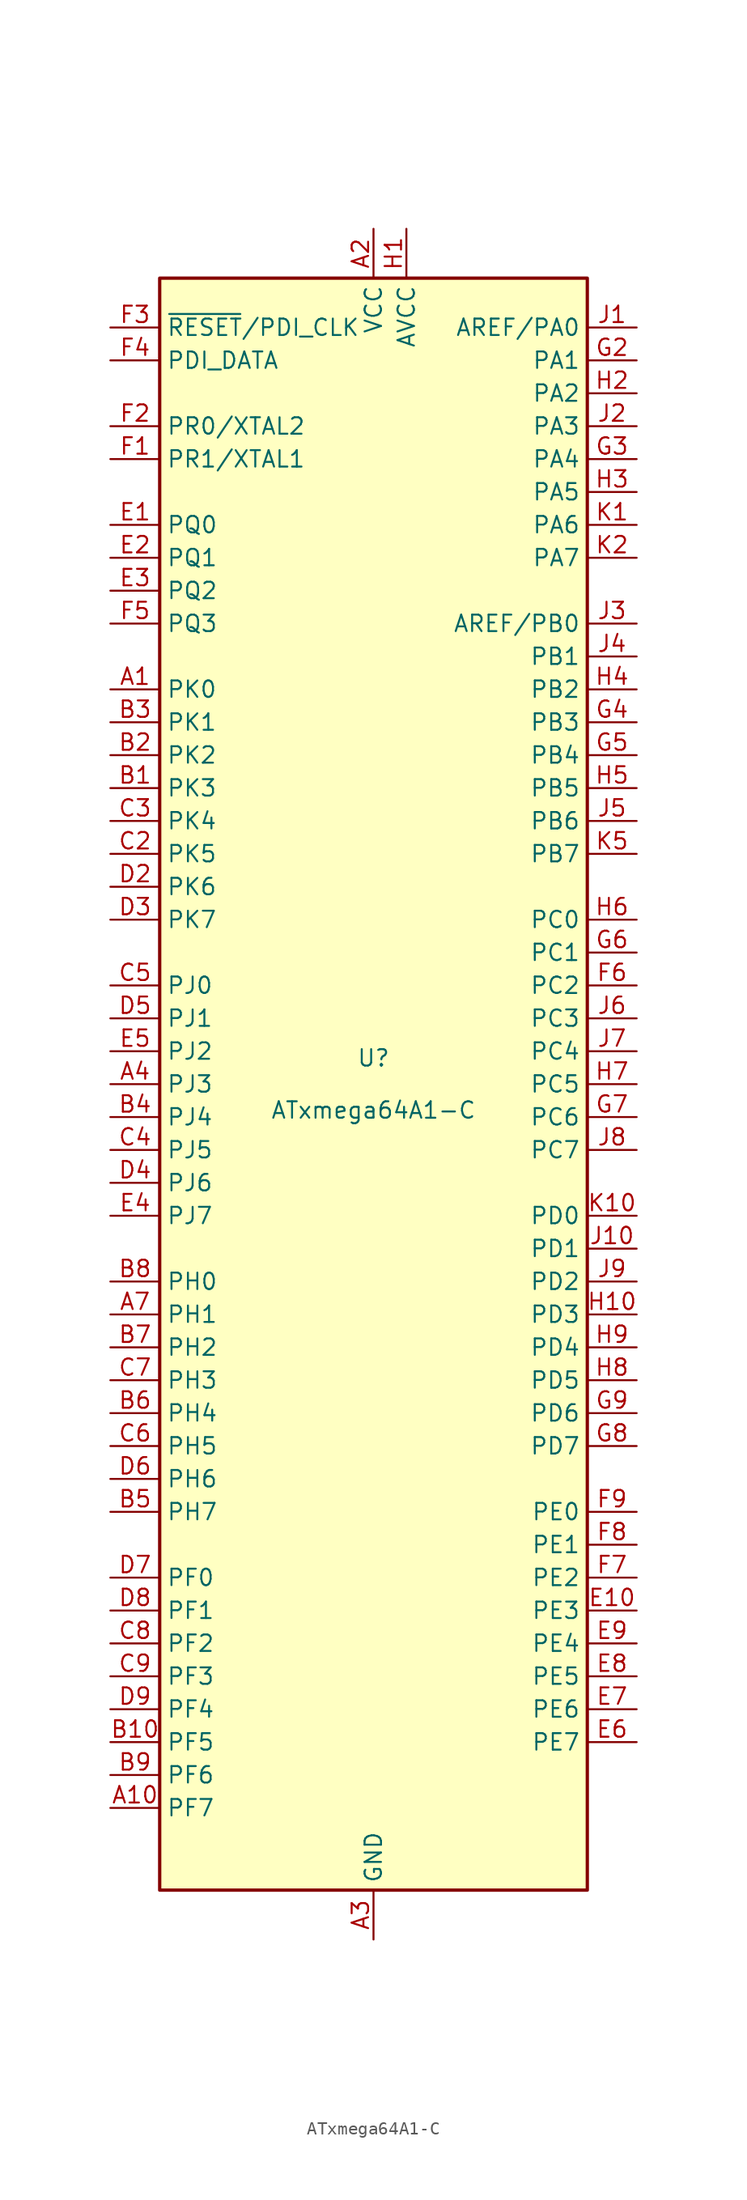
<source format=kicad_sym>
(kicad_symbol_lib
  (version 20231120)
  (generator "kicad_symbol_editor")
  (generator_version "8.0")
  (symbol "ATxmega64A1-C"
    (property "Reference" "U"
      (at 0 1.27 0)
      (effects (font (size 1.27 1.27)) (justify bottom)))
    (property "Value" "ATxmega64A1-C"
      (at 0 -1.27 0)
      (effects (font (size 1.27 1.27)) (justify top)))
    (symbol "ATxmega64A1-C_0_1"
      (rectangle (start -16.51 -62.23) (end 16.51 62.23) (stroke (width 0.254) (type default)) (fill (type background))))
    (symbol "ATxmega64A1-C_1_1"
      (pin bidirectional line (at -20.32 30.48 0) (length 3.81) (name "PK0" (effects (font (size 1.27 1.27)))) (number "A1" (effects (font (size 1.27 1.27)))))
      (pin bidirectional line (at -20.32 -55.88 0) (length 3.81) (name "PF7" (effects (font (size 1.27 1.27)))) (number "A10" (effects (font (size 1.27 1.27)))))
      (pin power_in line (at 0 66.04 270) (length 3.81) (name "VCC" (effects (font (size 1.27 1.27)))) (number "A2" (effects (font (size 1.27 1.27)))))
      (pin power_in line (at 0 -66.04 90) (length 3.81) (name "GND" (effects (font (size 1.27 1.27)))) (number "A3" (effects (font (size 1.27 1.27)))))
      (pin bidirectional line (at -20.32 0 0) (length 3.81) (name "PJ3" (effects (font (size 1.27 1.27)))) (number "A4" (effects (font (size 1.27 1.27)))))
      (pin passive line (at 0 66.04 270) (length 3.81) hide (name "VCC" (effects (font (size 1.27 1.27)))) (number "A5" (effects (font (size 1.27 1.27)))))
      (pin passive line (at 0 -66.04 90) (length 3.81) hide (name "GND" (effects (font (size 1.27 1.27)))) (number "A6" (effects (font (size 1.27 1.27)))))
      (pin bidirectional line (at -20.32 -17.78 0) (length 3.81) (name "PH1" (effects (font (size 1.27 1.27)))) (number "A7" (effects (font (size 1.27 1.27)))))
      (pin passive line (at 0 -66.04 90) (length 3.81) hide (name "GND" (effects (font (size 1.27 1.27)))) (number "A8" (effects (font (size 1.27 1.27)))))
      (pin passive line (at 0 66.04 270) (length 3.81) hide (name "VCC" (effects (font (size 1.27 1.27)))) (number "A9" (effects (font (size 1.27 1.27)))))
      (pin bidirectional line (at -20.32 22.86 0) (length 3.81) (name "PK3" (effects (font (size 1.27 1.27)))) (number "B1" (effects (font (size 1.27 1.27)))))
      (pin bidirectional line (at -20.32 -50.8 0) (length 3.81) (name "PF5" (effects (font (size 1.27 1.27)))) (number "B10" (effects (font (size 1.27 1.27)))))
      (pin bidirectional line (at -20.32 25.4 0) (length 3.81) (name "PK2" (effects (font (size 1.27 1.27)))) (number "B2" (effects (font (size 1.27 1.27)))))
      (pin bidirectional line (at -20.32 27.94 0) (length 3.81) (name "PK1" (effects (font (size 1.27 1.27)))) (number "B3" (effects (font (size 1.27 1.27)))))
      (pin bidirectional line (at -20.32 -2.54 0) (length 3.81) (name "PJ4" (effects (font (size 1.27 1.27)))) (number "B4" (effects (font (size 1.27 1.27)))))
      (pin bidirectional line (at -20.32 -33.02 0) (length 3.81) (name "PH7" (effects (font (size 1.27 1.27)))) (number "B5" (effects (font (size 1.27 1.27)))))
      (pin bidirectional line (at -20.32 -25.4 0) (length 3.81) (name "PH4" (effects (font (size 1.27 1.27)))) (number "B6" (effects (font (size 1.27 1.27)))))
      (pin bidirectional line (at -20.32 -20.32 0) (length 3.81) (name "PH2" (effects (font (size 1.27 1.27)))) (number "B7" (effects (font (size 1.27 1.27)))))
      (pin bidirectional line (at -20.32 -15.24 0) (length 3.81) (name "PH0" (effects (font (size 1.27 1.27)))) (number "B8" (effects (font (size 1.27 1.27)))))
      (pin bidirectional line (at -20.32 -53.34 0) (length 3.81) (name "PF6" (effects (font (size 1.27 1.27)))) (number "B9" (effects (font (size 1.27 1.27)))))
      (pin passive line (at 0 66.04 270) (length 3.81) hide (name "VCC" (effects (font (size 1.27 1.27)))) (number "C1" (effects (font (size 1.27 1.27)))))
      (pin passive line (at 0 66.04 270) (length 3.81) hide (name "VCC" (effects (font (size 1.27 1.27)))) (number "C10" (effects (font (size 1.27 1.27)))))
      (pin bidirectional line (at -20.32 17.78 0) (length 3.81) (name "PK5" (effects (font (size 1.27 1.27)))) (number "C2" (effects (font (size 1.27 1.27)))))
      (pin bidirectional line (at -20.32 20.32 0) (length 3.81) (name "PK4" (effects (font (size 1.27 1.27)))) (number "C3" (effects (font (size 1.27 1.27)))))
      (pin bidirectional line (at -20.32 -5.08 0) (length 3.81) (name "PJ5" (effects (font (size 1.27 1.27)))) (number "C4" (effects (font (size 1.27 1.27)))))
      (pin bidirectional line (at -20.32 7.62 0) (length 3.81) (name "PJ0" (effects (font (size 1.27 1.27)))) (number "C5" (effects (font (size 1.27 1.27)))))
      (pin bidirectional line (at -20.32 -27.94 0) (length 3.81) (name "PH5" (effects (font (size 1.27 1.27)))) (number "C6" (effects (font (size 1.27 1.27)))))
      (pin bidirectional line (at -20.32 -22.86 0) (length 3.81) (name "PH3" (effects (font (size 1.27 1.27)))) (number "C7" (effects (font (size 1.27 1.27)))))
      (pin bidirectional line (at -20.32 -43.18 0) (length 3.81) (name "PF2" (effects (font (size 1.27 1.27)))) (number "C8" (effects (font (size 1.27 1.27)))))
      (pin bidirectional line (at -20.32 -45.72 0) (length 3.81) (name "PF3" (effects (font (size 1.27 1.27)))) (number "C9" (effects (font (size 1.27 1.27)))))
      (pin passive line (at 0 -66.04 90) (length 3.81) hide (name "GND" (effects (font (size 1.27 1.27)))) (number "D1" (effects (font (size 1.27 1.27)))))
      (pin passive line (at 0 -66.04 90) (length 3.81) hide (name "GND" (effects (font (size 1.27 1.27)))) (number "D10" (effects (font (size 1.27 1.27)))))
      (pin bidirectional line (at -20.32 15.24 0) (length 3.81) (name "PK6" (effects (font (size 1.27 1.27)))) (number "D2" (effects (font (size 1.27 1.27)))))
      (pin bidirectional line (at -20.32 12.7 0) (length 3.81) (name "PK7" (effects (font (size 1.27 1.27)))) (number "D3" (effects (font (size 1.27 1.27)))))
      (pin bidirectional line (at -20.32 -7.62 0) (length 3.81) (name "PJ6" (effects (font (size 1.27 1.27)))) (number "D4" (effects (font (size 1.27 1.27)))))
      (pin bidirectional line (at -20.32 5.08 0) (length 3.81) (name "PJ1" (effects (font (size 1.27 1.27)))) (number "D5" (effects (font (size 1.27 1.27)))))
      (pin bidirectional line (at -20.32 -30.48 0) (length 3.81) (name "PH6" (effects (font (size 1.27 1.27)))) (number "D6" (effects (font (size 1.27 1.27)))))
      (pin bidirectional line (at -20.32 -38.1 0) (length 3.81) (name "PF0" (effects (font (size 1.27 1.27)))) (number "D7" (effects (font (size 1.27 1.27)))))
      (pin bidirectional line (at -20.32 -40.64 0) (length 3.81) (name "PF1" (effects (font (size 1.27 1.27)))) (number "D8" (effects (font (size 1.27 1.27)))))
      (pin bidirectional line (at -20.32 -48.26 0) (length 3.81) (name "PF4" (effects (font (size 1.27 1.27)))) (number "D9" (effects (font (size 1.27 1.27)))))
      (pin bidirectional line (at -20.32 43.18 0) (length 3.81) (name "PQ0" (effects (font (size 1.27 1.27)))) (number "E1" (effects (font (size 1.27 1.27)))))
      (pin bidirectional line (at 20.32 -40.64 180) (length 3.81) (name "PE3" (effects (font (size 1.27 1.27)))) (number "E10" (effects (font (size 1.27 1.27)))))
      (pin bidirectional line (at -20.32 40.64 0) (length 3.81) (name "PQ1" (effects (font (size 1.27 1.27)))) (number "E2" (effects (font (size 1.27 1.27)))))
      (pin bidirectional line (at -20.32 38.1 0) (length 3.81) (name "PQ2" (effects (font (size 1.27 1.27)))) (number "E3" (effects (font (size 1.27 1.27)))))
      (pin bidirectional line (at -20.32 -10.16 0) (length 3.81) (name "PJ7" (effects (font (size 1.27 1.27)))) (number "E4" (effects (font (size 1.27 1.27)))))
      (pin bidirectional line (at -20.32 2.54 0) (length 3.81) (name "PJ2" (effects (font (size 1.27 1.27)))) (number "E5" (effects (font (size 1.27 1.27)))))
      (pin bidirectional line (at 20.32 -50.8 180) (length 3.81) (name "PE7" (effects (font (size 1.27 1.27)))) (number "E6" (effects (font (size 1.27 1.27)))))
      (pin bidirectional line (at 20.32 -48.26 180) (length 3.81) (name "PE6" (effects (font (size 1.27 1.27)))) (number "E7" (effects (font (size 1.27 1.27)))))
      (pin bidirectional line (at 20.32 -45.72 180) (length 3.81) (name "PE5" (effects (font (size 1.27 1.27)))) (number "E8" (effects (font (size 1.27 1.27)))))
      (pin bidirectional line (at 20.32 -43.18 180) (length 3.81) (name "PE4" (effects (font (size 1.27 1.27)))) (number "E9" (effects (font (size 1.27 1.27)))))
      (pin bidirectional line (at -20.32 48.26 0) (length 3.81) (name "PR1/XTAL1" (effects (font (size 1.27 1.27)))) (number "F1" (effects (font (size 1.27 1.27)))))
      (pin passive line (at 0 66.04 270) (length 3.81) hide (name "VCC" (effects (font (size 1.27 1.27)))) (number "F10" (effects (font (size 1.27 1.27)))))
      (pin bidirectional line (at -20.32 50.8 0) (length 3.81) (name "PR0/XTAL2" (effects (font (size 1.27 1.27)))) (number "F2" (effects (font (size 1.27 1.27)))))
      (pin input line (at -20.32 58.42 0) (length 3.81) (name "~{RESET}/PDI_CLK" (effects (font (size 1.27 1.27)))) (number "F3" (effects (font (size 1.27 1.27)))))
      (pin bidirectional line (at -20.32 55.88 0) (length 3.81) (name "PDI_DATA" (effects (font (size 1.27 1.27)))) (number "F4" (effects (font (size 1.27 1.27)))))
      (pin bidirectional line (at -20.32 35.56 0) (length 3.81) (name "PQ3" (effects (font (size 1.27 1.27)))) (number "F5" (effects (font (size 1.27 1.27)))))
      (pin bidirectional line (at 20.32 7.62 180) (length 3.81) (name "PC2" (effects (font (size 1.27 1.27)))) (number "F6" (effects (font (size 1.27 1.27)))))
      (pin bidirectional line (at 20.32 -38.1 180) (length 3.81) (name "PE2" (effects (font (size 1.27 1.27)))) (number "F7" (effects (font (size 1.27 1.27)))))
      (pin bidirectional line (at 20.32 -35.56 180) (length 3.81) (name "PE1" (effects (font (size 1.27 1.27)))) (number "F8" (effects (font (size 1.27 1.27)))))
      (pin bidirectional line (at 20.32 -33.02 180) (length 3.81) (name "PE0" (effects (font (size 1.27 1.27)))) (number "F9" (effects (font (size 1.27 1.27)))))
      (pin passive line (at 0 -66.04 90) (length 3.81) hide (name "GND" (effects (font (size 1.27 1.27)))) (number "G1" (effects (font (size 1.27 1.27)))))
      (pin passive line (at 0 -66.04 90) (length 3.81) hide (name "GND" (effects (font (size 1.27 1.27)))) (number "G10" (effects (font (size 1.27 1.27)))))
      (pin bidirectional line (at 20.32 55.88 180) (length 3.81) (name "PA1" (effects (font (size 1.27 1.27)))) (number "G2" (effects (font (size 1.27 1.27)))))
      (pin bidirectional line (at 20.32 48.26 180) (length 3.81) (name "PA4" (effects (font (size 1.27 1.27)))) (number "G3" (effects (font (size 1.27 1.27)))))
      (pin bidirectional line (at 20.32 27.94 180) (length 3.81) (name "PB3" (effects (font (size 1.27 1.27)))) (number "G4" (effects (font (size 1.27 1.27)))))
      (pin bidirectional line (at 20.32 25.4 180) (length 3.81) (name "PB4" (effects (font (size 1.27 1.27)))) (number "G5" (effects (font (size 1.27 1.27)))))
      (pin bidirectional line (at 20.32 10.16 180) (length 3.81) (name "PC1" (effects (font (size 1.27 1.27)))) (number "G6" (effects (font (size 1.27 1.27)))))
      (pin bidirectional line (at 20.32 -2.54 180) (length 3.81) (name "PC6" (effects (font (size 1.27 1.27)))) (number "G7" (effects (font (size 1.27 1.27)))))
      (pin bidirectional line (at 20.32 -27.94 180) (length 3.81) (name "PD7" (effects (font (size 1.27 1.27)))) (number "G8" (effects (font (size 1.27 1.27)))))
      (pin bidirectional line (at 20.32 -25.4 180) (length 3.81) (name "PD6" (effects (font (size 1.27 1.27)))) (number "G9" (effects (font (size 1.27 1.27)))))
      (pin power_in line (at 2.54 66.04 270) (length 3.81) (name "AVCC" (effects (font (size 1.27 1.27)))) (number "H1" (effects (font (size 1.27 1.27)))))
      (pin bidirectional line (at 20.32 -17.78 180) (length 3.81) (name "PD3" (effects (font (size 1.27 1.27)))) (number "H10" (effects (font (size 1.27 1.27)))))
      (pin bidirectional line (at 20.32 53.34 180) (length 3.81) (name "PA2" (effects (font (size 1.27 1.27)))) (number "H2" (effects (font (size 1.27 1.27)))))
      (pin bidirectional line (at 20.32 45.72 180) (length 3.81) (name "PA5" (effects (font (size 1.27 1.27)))) (number "H3" (effects (font (size 1.27 1.27)))))
      (pin bidirectional line (at 20.32 30.48 180) (length 3.81) (name "PB2" (effects (font (size 1.27 1.27)))) (number "H4" (effects (font (size 1.27 1.27)))))
      (pin bidirectional line (at 20.32 22.86 180) (length 3.81) (name "PB5" (effects (font (size 1.27 1.27)))) (number "H5" (effects (font (size 1.27 1.27)))))
      (pin bidirectional line (at 20.32 12.7 180) (length 3.81) (name "PC0" (effects (font (size 1.27 1.27)))) (number "H6" (effects (font (size 1.27 1.27)))))
      (pin bidirectional line (at 20.32 0 180) (length 3.81) (name "PC5" (effects (font (size 1.27 1.27)))) (number "H7" (effects (font (size 1.27 1.27)))))
      (pin bidirectional line (at 20.32 -22.86 180) (length 3.81) (name "PD5" (effects (font (size 1.27 1.27)))) (number "H8" (effects (font (size 1.27 1.27)))))
      (pin bidirectional line (at 20.32 -20.32 180) (length 3.81) (name "PD4" (effects (font (size 1.27 1.27)))) (number "H9" (effects (font (size 1.27 1.27)))))
      (pin bidirectional line (at 20.32 58.42 180) (length 3.81) (name "AREF/PA0" (effects (font (size 1.27 1.27)))) (number "J1" (effects (font (size 1.27 1.27)))))
      (pin bidirectional line (at 20.32 -12.7 180) (length 3.81) (name "PD1" (effects (font (size 1.27 1.27)))) (number "J10" (effects (font (size 1.27 1.27)))))
      (pin bidirectional line (at 20.32 50.8 180) (length 3.81) (name "PA3" (effects (font (size 1.27 1.27)))) (number "J2" (effects (font (size 1.27 1.27)))))
      (pin bidirectional line (at 20.32 35.56 180) (length 3.81) (name "AREF/PB0" (effects (font (size 1.27 1.27)))) (number "J3" (effects (font (size 1.27 1.27)))))
      (pin bidirectional line (at 20.32 33.02 180) (length 3.81) (name "PB1" (effects (font (size 1.27 1.27)))) (number "J4" (effects (font (size 1.27 1.27)))))
      (pin bidirectional line (at 20.32 20.32 180) (length 3.81) (name "PB6" (effects (font (size 1.27 1.27)))) (number "J5" (effects (font (size 1.27 1.27)))))
      (pin bidirectional line (at 20.32 5.08 180) (length 3.81) (name "PC3" (effects (font (size 1.27 1.27)))) (number "J6" (effects (font (size 1.27 1.27)))))
      (pin bidirectional line (at 20.32 2.54 180) (length 3.81) (name "PC4" (effects (font (size 1.27 1.27)))) (number "J7" (effects (font (size 1.27 1.27)))))
      (pin bidirectional line (at 20.32 -5.08 180) (length 3.81) (name "PC7" (effects (font (size 1.27 1.27)))) (number "J8" (effects (font (size 1.27 1.27)))))
      (pin bidirectional line (at 20.32 -15.24 180) (length 3.81) (name "PD2" (effects (font (size 1.27 1.27)))) (number "J9" (effects (font (size 1.27 1.27)))))
      (pin bidirectional line (at 20.32 43.18 180) (length 3.81) (name "PA6" (effects (font (size 1.27 1.27)))) (number "K1" (effects (font (size 1.27 1.27)))))
      (pin bidirectional line (at 20.32 -10.16 180) (length 3.81) (name "PD0" (effects (font (size 1.27 1.27)))) (number "K10" (effects (font (size 1.27 1.27)))))
      (pin bidirectional line (at 20.32 40.64 180) (length 3.81) (name "PA7" (effects (font (size 1.27 1.27)))) (number "K2" (effects (font (size 1.27 1.27)))))
      (pin passive line (at 0 -66.04 90) (length 3.81) hide (name "GND" (effects (font (size 1.27 1.27)))) (number "K3" (effects (font (size 1.27 1.27)))))
      (pin passive line (at 2.54 66.04 270) (length 3.81) hide (name "AVCC" (effects (font (size 1.27 1.27)))) (number "K4" (effects (font (size 1.27 1.27)))))
      (pin bidirectional line (at 20.32 17.78 180) (length 3.81) (name "PB7" (effects (font (size 1.27 1.27)))) (number "K5" (effects (font (size 1.27 1.27)))))
      (pin passive line (at 0 66.04 270) (length 3.81) hide (name "VCC" (effects (font (size 1.27 1.27)))) (number "K6" (effects (font (size 1.27 1.27)))))
      (pin passive line (at 0 -66.04 90) (length 3.81) hide (name "GND" (effects (font (size 1.27 1.27)))) (number "K7" (effects (font (size 1.27 1.27)))))
      (pin passive line (at 0 66.04 270) (length 3.81) hide (name "VCC" (effects (font (size 1.27 1.27)))) (number "K8" (effects (font (size 1.27 1.27)))))
      (pin passive line (at 0 -66.04 90) (length 3.81) hide (name "GND" (effects (font (size 1.27 1.27)))) (number "K9" (effects (font (size 1.27 1.27))))))))
</source>
